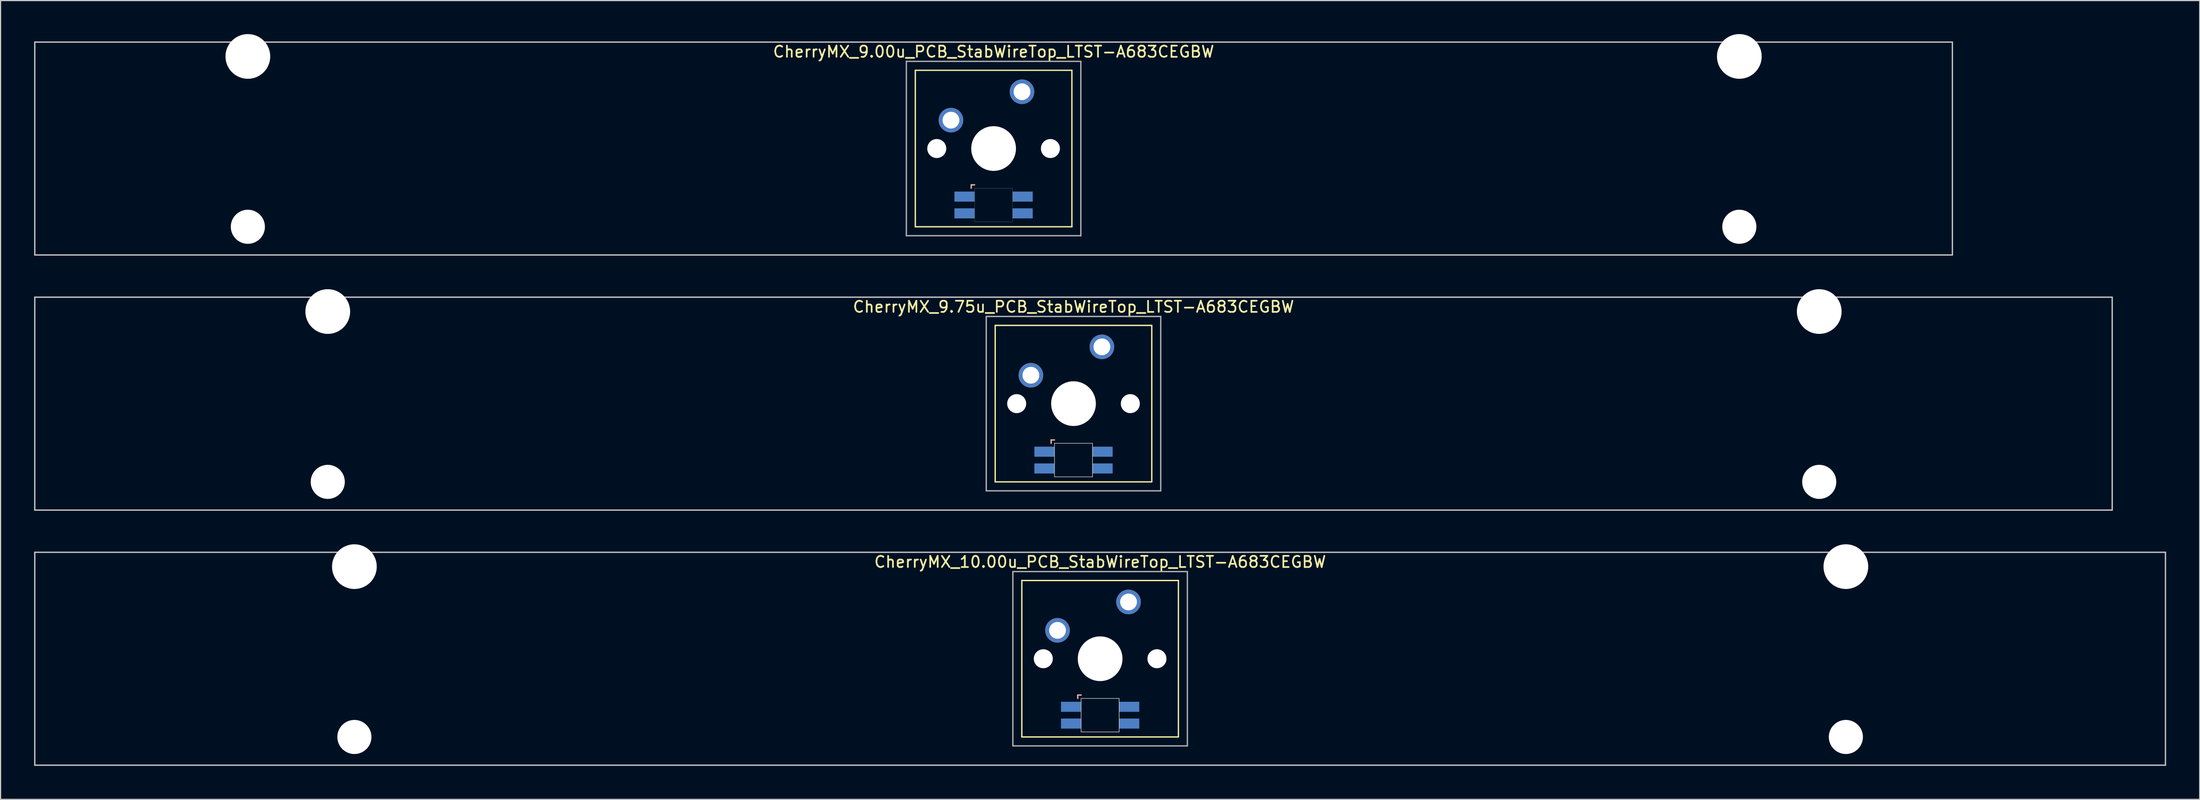
<source format=kicad_pcb>
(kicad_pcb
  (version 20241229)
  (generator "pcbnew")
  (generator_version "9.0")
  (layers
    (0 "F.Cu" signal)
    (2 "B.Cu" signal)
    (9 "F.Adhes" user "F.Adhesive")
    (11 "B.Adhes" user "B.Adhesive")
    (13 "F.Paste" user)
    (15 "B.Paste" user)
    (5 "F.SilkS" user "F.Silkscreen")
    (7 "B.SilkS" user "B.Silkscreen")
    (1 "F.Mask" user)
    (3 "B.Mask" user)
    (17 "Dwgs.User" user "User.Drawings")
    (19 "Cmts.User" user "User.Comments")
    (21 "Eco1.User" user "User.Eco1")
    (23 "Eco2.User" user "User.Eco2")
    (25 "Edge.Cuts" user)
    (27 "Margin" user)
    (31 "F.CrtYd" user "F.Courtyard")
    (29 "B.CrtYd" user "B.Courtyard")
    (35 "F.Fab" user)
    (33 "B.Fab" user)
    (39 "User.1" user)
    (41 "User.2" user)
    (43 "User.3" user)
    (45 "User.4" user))
  (footprint "CherryMX_9.00u_PCB_StabWireTop_LTST-A683CEGBW"
    (layer "F.Cu")
    (at 85.785 10.24)
    (property "Reference" "CherryMX_9.00u_PCB_StabWireTop_LTST-A683CEGBW" (at 0 -8.662 0) (layer "F.SilkS") (effects (font (size 1 1) (thickness 0.15))))
    (attr through_hole)
    (fp_line (start -7 -7) (end -7 7) (stroke (width 0.12) (type solid)) (layer "F.SilkS"))
    (fp_line (start -7 -7) (end 7 -7) (stroke (width 0.12) (type solid)) (layer "F.SilkS"))
    (fp_line (start 7 -7) (end 7 7) (stroke (width 0.12) (type solid)) (layer "F.SilkS"))
    (fp_line (start 7 7) (end -7 7) (stroke (width 0.12) (type solid)) (layer "F.SilkS"))
    (fp_line (start -2 3.25) (end -2 3.55) (stroke (width 0.12) (type solid)) (layer "B.SilkS"))
    (fp_line (start -1.7 3.25) (end -2 3.25) (stroke (width 0.12) (type solid)) (layer "B.SilkS"))
    (fp_line (start -85.725 -9.525) (end 85.725 -9.525) (stroke (width 0.12) (type solid)) (layer "Dwgs.User"))
    (fp_line (start -85.725 9.525) (end -85.725 -9.525) (stroke (width 0.12) (type solid)) (layer "Dwgs.User"))
    (fp_line (start 85.725 -9.525) (end 85.725 9.525) (stroke (width 0.12) (type solid)) (layer "Dwgs.User"))
    (fp_line (start 85.725 9.525) (end -85.725 9.525) (stroke (width 0.12) (type solid)) (layer "Dwgs.User"))
    (fp_poly (pts (xy 1.7 6.55) (xy -1.7 6.55) (xy -1.7 3.55) (xy 1.7 3.55)) (stroke (width 0.01) (type solid)) (fill no) (layer "Edge.Cuts"))
    (fp_line (start -7.8 -7.8) (end -7.8 7.8) (stroke (width 0.12) (type solid)) (layer "F.Fab"))
    (fp_line (start -7.8 -7.8) (end 7.8 -7.8) (stroke (width 0.12) (type solid)) (layer "F.Fab"))
    (fp_line (start -7.8 7.8) (end 7.8 7.8) (stroke (width 0.12) (type solid)) (layer "F.Fab"))
    (fp_line (start 7.8 -7.8) (end 7.8 7.8) (stroke (width 0.12) (type solid)) (layer "F.Fab"))
    (pad "" np_thru_hole circle (at -66.675 -8.24) (size 4 4) (drill 4) (layers "*.Cu" "*.Mask"))
    (pad "" np_thru_hole circle (at -66.675 7) (size 3.05 3.05) (drill 3.05) (layers "*.Cu" "*.Mask"))
    (pad "" np_thru_hole circle (at -5.08 0) (size 1.7 1.7) (drill 1.7) (layers "*.Cu" "*.Mask"))
    (pad "" np_thru_hole circle (at 0 0) (size 4 4) (drill 4) (layers "*.Cu" "*.Mask"))
    (pad "" np_thru_hole circle (at 5.08 0) (size 1.7 1.7) (drill 1.7) (layers "*.Cu" "*.Mask"))
    (pad "" np_thru_hole circle (at 66.675 -8.24) (size 4 4) (drill 4) (layers "*.Cu" "*.Mask"))
    (pad "" np_thru_hole circle (at 66.675 7) (size 3.05 3.05) (drill 3.05) (layers "*.Cu" "*.Mask"))
    (pad "1" thru_hole circle (at -3.81 -2.54) (size 2.2 2.2) (drill 1.5) (layers "*.Cu" "*.Mask"))
    (pad "2" thru_hole circle (at 2.54 -5.08) (size 2.2 2.2) (drill 1.5) (layers "*.Cu" "*.Mask"))
    (pad "3" smd rect (at -2.6 4.3) (size 1.8 0.9) (layers "B.Cu" "B.Mask" "B.Paste"))
    (pad "4" smd rect (at -2.6 5.8) (size 1.8 0.9) (layers "B.Cu" "B.Mask" "B.Paste"))
    (pad "5" smd rect (at 2.6 4.3) (size 1.8 0.9) (layers "B.Cu" "B.Mask" "B.Paste"))
    (pad "6" smd rect (at 2.6 5.8) (size 1.8 0.9) (layers "B.Cu" "B.Mask" "B.Paste")))
  (footprint "CherryMX_9.75u_PCB_StabWireTop_LTST-A683CEGBW"
    (layer "F.Cu")
    (at 92.929 33.065)
    (property "Reference" "CherryMX_9.75u_PCB_StabWireTop_LTST-A683CEGBW" (at 0 -8.662 0) (layer "F.SilkS") (effects (font (size 1 1) (thickness 0.15))))
    (attr through_hole)
    (fp_line (start -7 -7) (end -7 7) (stroke (width 0.12) (type solid)) (layer "F.SilkS"))
    (fp_line (start -7 -7) (end 7 -7) (stroke (width 0.12) (type solid)) (layer "F.SilkS"))
    (fp_line (start 7 -7) (end 7 7) (stroke (width 0.12) (type solid)) (layer "F.SilkS"))
    (fp_line (start 7 7) (end -7 7) (stroke (width 0.12) (type solid)) (layer "F.SilkS"))
    (fp_line (start -2 3.25) (end -2 3.55) (stroke (width 0.12) (type solid)) (layer "B.SilkS"))
    (fp_line (start -1.7 3.25) (end -2 3.25) (stroke (width 0.12) (type solid)) (layer "B.SilkS"))
    (fp_line (start -92.869 -9.525) (end 92.869 -9.525) (stroke (width 0.12) (type solid)) (layer "Dwgs.User"))
    (fp_line (start -92.869 9.525) (end -92.869 -9.525) (stroke (width 0.12) (type solid)) (layer "Dwgs.User"))
    (fp_line (start 92.869 -9.525) (end 92.869 9.525) (stroke (width 0.12) (type solid)) (layer "Dwgs.User"))
    (fp_line (start 92.869 9.525) (end -92.869 9.525) (stroke (width 0.12) (type solid)) (layer "Dwgs.User"))
    (fp_line (start -1.7 3.55) (end 1.7 3.55) (stroke (width 0.05) (type solid)) (layer "Edge.Cuts"))
    (fp_line (start -1.7 6.55) (end -1.7 3.55) (stroke (width 0.05) (type solid)) (layer "Edge.Cuts"))
    (fp_line (start 1.7 3.55) (end 1.7 6.55) (stroke (width 0.05) (type solid)) (layer "Edge.Cuts"))
    (fp_line (start 1.7 6.55) (end -1.7 6.55) (stroke (width 0.05) (type solid)) (layer "Edge.Cuts"))
    (fp_line (start -7.8 -7.8) (end -7.8 7.8) (stroke (width 0.12) (type solid)) (layer "F.Fab"))
    (fp_line (start -7.8 -7.8) (end 7.8 -7.8) (stroke (width 0.12) (type solid)) (layer "F.Fab"))
    (fp_line (start -7.8 7.8) (end 7.8 7.8) (stroke (width 0.12) (type solid)) (layer "F.Fab"))
    (fp_line (start 7.8 -7.8) (end 7.8 7.8) (stroke (width 0.12) (type solid)) (layer "F.Fab"))
    (pad "" np_thru_hole circle (at -66.675 -8.24) (size 4 4) (drill 4) (layers "*.Cu" "*.Mask"))
    (pad "" np_thru_hole circle (at -66.675 7) (size 3.05 3.05) (drill 3.05) (layers "*.Cu" "*.Mask"))
    (pad "" np_thru_hole circle (at -5.08 0) (size 1.7 1.7) (drill 1.7) (layers "*.Cu" "*.Mask"))
    (pad "" np_thru_hole circle (at 0 0) (size 4 4) (drill 4) (layers "*.Cu" "*.Mask"))
    (pad "" np_thru_hole circle (at 5.08 0) (size 1.7 1.7) (drill 1.7) (layers "*.Cu" "*.Mask"))
    (pad "" np_thru_hole circle (at 66.675 -8.24) (size 4 4) (drill 4) (layers "*.Cu" "*.Mask"))
    (pad "" np_thru_hole circle (at 66.675 7) (size 3.05 3.05) (drill 3.05) (layers "*.Cu" "*.Mask"))
    (pad "1" thru_hole circle (at -3.81 -2.54) (size 2.2 2.2) (drill 1.5) (layers "*.Cu" "*.Mask"))
    (pad "2" thru_hole circle (at 2.54 -5.08) (size 2.2 2.2) (drill 1.5) (layers "*.Cu" "*.Mask"))
    (pad "3" smd rect (at -2.6 4.3) (size 1.8 0.9) (layers "B.Cu" "B.Mask" "B.Paste"))
    (pad "4" smd rect (at -2.6 5.8) (size 1.8 0.9) (layers "B.Cu" "B.Mask" "B.Paste"))
    (pad "5" smd rect (at 2.6 4.3) (size 1.8 0.9) (layers "B.Cu" "B.Mask" "B.Paste"))
    (pad "6" smd rect (at 2.6 5.8) (size 1.8 0.9) (layers "B.Cu" "B.Mask" "B.Paste")))
  (footprint "CherryMX_10.00u_PCB_StabWireTop_LTST-A683CEGBW"
    (layer "F.Cu")
    (at 95.31 55.89)
    (property "Reference" "CherryMX_10.00u_PCB_StabWireTop_LTST-A683CEGBW" (at 0 -8.662 0) (layer "F.SilkS") (effects (font (size 1 1) (thickness 0.15))))
    (attr through_hole)
    (fp_line (start -7 -7) (end -7 7) (stroke (width 0.12) (type solid)) (layer "F.SilkS"))
    (fp_line (start -7 -7) (end 7 -7) (stroke (width 0.12) (type solid)) (layer "F.SilkS"))
    (fp_line (start 7 -7) (end 7 7) (stroke (width 0.12) (type solid)) (layer "F.SilkS"))
    (fp_line (start 7 7) (end -7 7) (stroke (width 0.12) (type solid)) (layer "F.SilkS"))
    (fp_line (start -2 3.25) (end -2 3.55) (stroke (width 0.12) (type solid)) (layer "B.SilkS"))
    (fp_line (start -1.7 3.25) (end -2 3.25) (stroke (width 0.12) (type solid)) (layer "B.SilkS"))
    (fp_line (start -95.25 -9.525) (end 95.25 -9.525) (stroke (width 0.12) (type solid)) (layer "Dwgs.User"))
    (fp_line (start -95.25 9.525) (end -95.25 -9.525) (stroke (width 0.12) (type solid)) (layer "Dwgs.User"))
    (fp_line (start 95.25 -9.525) (end 95.25 9.525) (stroke (width 0.12) (type solid)) (layer "Dwgs.User"))
    (fp_line (start 95.25 9.525) (end -95.25 9.525) (stroke (width 0.12) (type solid)) (layer "Dwgs.User"))
    (fp_line (start -1.7 3.55) (end 1.7 3.55) (stroke (width 0.05) (type solid)) (layer "Edge.Cuts"))
    (fp_line (start -1.7 6.55) (end -1.7 3.55) (stroke (width 0.05) (type solid)) (layer "Edge.Cuts"))
    (fp_line (start 1.7 3.55) (end 1.7 6.55) (stroke (width 0.05) (type solid)) (layer "Edge.Cuts"))
    (fp_line (start 1.7 6.55) (end -1.7 6.55) (stroke (width 0.05) (type solid)) (layer "Edge.Cuts"))
    (fp_line (start -7.8 -7.8) (end -7.8 7.8) (stroke (width 0.12) (type solid)) (layer "F.Fab"))
    (fp_line (start -7.8 -7.8) (end 7.8 -7.8) (stroke (width 0.12) (type solid)) (layer "F.Fab"))
    (fp_line (start -7.8 7.8) (end 7.8 7.8) (stroke (width 0.12) (type solid)) (layer "F.Fab"))
    (fp_line (start 7.8 -7.8) (end 7.8 7.8) (stroke (width 0.12) (type solid)) (layer "F.Fab"))
    (pad "" np_thru_hole circle (at -66.675 -8.24) (size 4 4) (drill 4) (layers "*.Cu" "*.Mask"))
    (pad "" np_thru_hole circle (at -66.675 7) (size 3.05 3.05) (drill 3.05) (layers "*.Cu" "*.Mask"))
    (pad "" np_thru_hole circle (at -5.08 0) (size 1.7 1.7) (drill 1.7) (layers "*.Cu" "*.Mask"))
    (pad "" np_thru_hole circle (at 0 0) (size 4 4) (drill 4) (layers "*.Cu" "*.Mask"))
    (pad "" np_thru_hole circle (at 5.08 0) (size 1.7 1.7) (drill 1.7) (layers "*.Cu" "*.Mask"))
    (pad "" np_thru_hole circle (at 66.675 -8.24) (size 4 4) (drill 4) (layers "*.Cu" "*.Mask"))
    (pad "" np_thru_hole circle (at 66.675 7) (size 3.05 3.05) (drill 3.05) (layers "*.Cu" "*.Mask"))
    (pad "1" thru_hole circle (at -3.81 -2.54) (size 2.2 2.2) (drill 1.5) (layers "*.Cu" "*.Mask"))
    (pad "2" thru_hole circle (at 2.54 -5.08) (size 2.2 2.2) (drill 1.5) (layers "*.Cu" "*.Mask"))
    (pad "3" smd rect (at -2.6 4.3) (size 1.8 0.9) (layers "B.Cu" "B.Mask" "B.Paste"))
    (pad "4" smd rect (at -2.6 5.8) (size 1.8 0.9) (layers "B.Cu" "B.Mask" "B.Paste"))
    (pad "5" smd rect (at 2.6 4.3) (size 1.8 0.9) (layers "B.Cu" "B.Mask" "B.Paste"))
    (pad "6" smd rect (at 2.6 5.8) (size 1.8 0.9) (layers "B.Cu" "B.Mask" "B.Paste")))
  (gr_rect
    (start -3 -3)
    (end 193.62 68.475)
    (stroke (width 0.1) (type default))
    (fill no)
    (layer "Edge.Cuts")))
</source>
